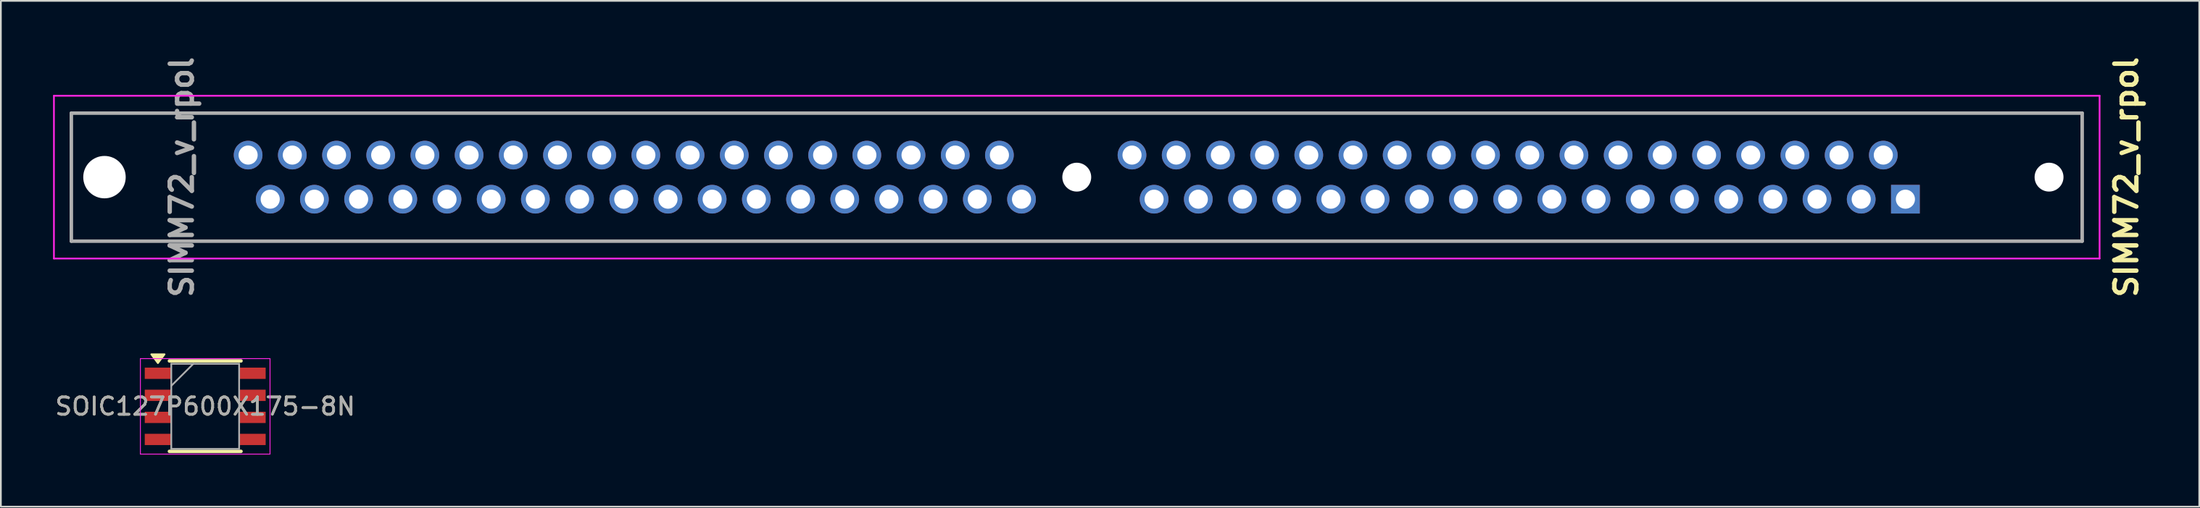
<source format=kicad_pcb>
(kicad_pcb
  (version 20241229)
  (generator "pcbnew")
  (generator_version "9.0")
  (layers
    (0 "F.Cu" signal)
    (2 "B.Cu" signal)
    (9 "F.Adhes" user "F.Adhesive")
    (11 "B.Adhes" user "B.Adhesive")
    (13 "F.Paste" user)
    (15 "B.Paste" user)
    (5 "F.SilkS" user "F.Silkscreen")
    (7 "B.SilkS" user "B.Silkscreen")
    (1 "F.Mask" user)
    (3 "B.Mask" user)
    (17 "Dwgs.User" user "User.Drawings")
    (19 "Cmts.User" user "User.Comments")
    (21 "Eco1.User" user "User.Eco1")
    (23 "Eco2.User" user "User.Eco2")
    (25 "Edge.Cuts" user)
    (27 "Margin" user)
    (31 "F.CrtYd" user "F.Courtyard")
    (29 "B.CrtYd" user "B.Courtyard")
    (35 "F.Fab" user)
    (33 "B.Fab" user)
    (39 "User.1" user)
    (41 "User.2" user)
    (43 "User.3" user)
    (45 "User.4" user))
  (footprint "SIMM72_v_rpol"
    (layer "F.Cu")
    (at 59.86 7.148)
    (property "Reference" "SIMM72_v_rpol" (at 59.3 0 90) (layer "F.SilkS") (effects (font (size 1.27 1.27) (thickness 0.254))))
    (attr through_hole)
    (fp_line (start -58.81 -3.685) (end 56.76 -3.685) (stroke (width 0.1) (type solid)) (layer "F.SilkS"))
    (fp_line (start -58.81 3.685) (end -58.81 -3.685) (stroke (width 0.1) (type solid)) (layer "F.SilkS"))
    (fp_line (start 56.76 -3.685) (end 56.76 3.685) (stroke (width 0.1) (type solid)) (layer "F.SilkS"))
    (fp_line (start 56.76 3.685) (end -58.81 3.685) (stroke (width 0.1) (type solid)) (layer "F.SilkS"))
    (fp_line (start -59.81 -4.685) (end 57.76 -4.685) (stroke (width 0.1) (type solid)) (layer "F.CrtYd"))
    (fp_line (start -59.81 4.685) (end -59.81 -4.685) (stroke (width 0.1) (type solid)) (layer "F.CrtYd"))
    (fp_line (start 57.76 -4.685) (end 57.76 4.685) (stroke (width 0.1) (type solid)) (layer "F.CrtYd"))
    (fp_line (start 57.76 4.685) (end -59.81 4.685) (stroke (width 0.1) (type solid)) (layer "F.CrtYd"))
    (fp_line (start -58.81 -3.685) (end 56.76 -3.685) (stroke (width 0.2) (type solid)) (layer "F.Fab"))
    (fp_line (start -58.81 3.685) (end -58.81 -3.685) (stroke (width 0.2) (type solid)) (layer "F.Fab"))
    (fp_line (start 56.76 -3.685) (end 56.76 3.685) (stroke (width 0.2) (type solid)) (layer "F.Fab"))
    (fp_line (start 56.76 3.685) (end -58.81 3.685) (stroke (width 0.2) (type solid)) (layer "F.Fab"))
    (fp_text user "${REFERENCE}" (at -52.46 0 90) (layer "F.Fab") (effects (font (size 1.27 1.27) (thickness 0.254))))
    (pad "" np_thru_hole circle (at -56.905 0) (size 2.44 2.44) (drill 2.44) (layers "*.Cu" "*.Mask"))
    (pad "" np_thru_hole circle (at -1.025 0) (size 1.66 1.66) (drill 1.66) (layers "*.Cu" "*.Mask"))
    (pad "" np_thru_hole circle (at 54.855 0) (size 1.66 1.66) (drill 1.66) (layers "*.Cu" "*.Mask"))
    (pad "1" thru_hole rect (at 46.6 1.27) (size 1.65 1.65) (drill 1.1) (layers "*.Cu" "*.Mask"))
    (pad "2" thru_hole circle (at 45.33 -1.27) (size 1.65 1.65) (drill 1.1) (layers "*.Cu" "*.Mask"))
    (pad "3" thru_hole circle (at 44.06 1.27) (size 1.65 1.65) (drill 1.1) (layers "*.Cu" "*.Mask"))
    (pad "4" thru_hole circle (at 42.79 -1.27) (size 1.65 1.65) (drill 1.1) (layers "*.Cu" "*.Mask"))
    (pad "5" thru_hole circle (at 41.52 1.27) (size 1.65 1.65) (drill 1.1) (layers "*.Cu" "*.Mask"))
    (pad "6" thru_hole circle (at 40.25 -1.27) (size 1.65 1.65) (drill 1.1) (layers "*.Cu" "*.Mask"))
    (pad "7" thru_hole circle (at 38.98 1.27) (size 1.65 1.65) (drill 1.1) (layers "*.Cu" "*.Mask"))
    (pad "8" thru_hole circle (at 37.71 -1.27) (size 1.65 1.65) (drill 1.1) (layers "*.Cu" "*.Mask"))
    (pad "9" thru_hole circle (at 36.44 1.27) (size 1.65 1.65) (drill 1.1) (layers "*.Cu" "*.Mask"))
    (pad "10" thru_hole circle (at 35.17 -1.27) (size 1.65 1.65) (drill 1.1) (layers "*.Cu" "*.Mask"))
    (pad "11" thru_hole circle (at 33.9 1.27) (size 1.65 1.65) (drill 1.1) (layers "*.Cu" "*.Mask"))
    (pad "12" thru_hole circle (at 32.63 -1.27) (size 1.65 1.65) (drill 1.1) (layers "*.Cu" "*.Mask"))
    (pad "13" thru_hole circle (at 31.36 1.27) (size 1.65 1.65) (drill 1.1) (layers "*.Cu" "*.Mask"))
    (pad "14" thru_hole circle (at 30.09 -1.27) (size 1.65 1.65) (drill 1.1) (layers "*.Cu" "*.Mask"))
    (pad "15" thru_hole circle (at 28.82 1.27) (size 1.65 1.65) (drill 1.1) (layers "*.Cu" "*.Mask"))
    (pad "16" thru_hole circle (at 27.55 -1.27) (size 1.65 1.65) (drill 1.1) (layers "*.Cu" "*.Mask"))
    (pad "17" thru_hole circle (at 26.28 1.27) (size 1.65 1.65) (drill 1.1) (layers "*.Cu" "*.Mask"))
    (pad "18" thru_hole circle (at 25.01 -1.27) (size 1.65 1.65) (drill 1.1) (layers "*.Cu" "*.Mask"))
    (pad "19" thru_hole circle (at 23.74 1.27) (size 1.65 1.65) (drill 1.1) (layers "*.Cu" "*.Mask"))
    (pad "20" thru_hole circle (at 22.47 -1.27) (size 1.65 1.65) (drill 1.1) (layers "*.Cu" "*.Mask"))
    (pad "21" thru_hole circle (at 21.2 1.27) (size 1.65 1.65) (drill 1.1) (layers "*.Cu" "*.Mask"))
    (pad "22" thru_hole circle (at 19.93 -1.27) (size 1.65 1.65) (drill 1.1) (layers "*.Cu" "*.Mask"))
    (pad "23" thru_hole circle (at 18.66 1.27) (size 1.65 1.65) (drill 1.1) (layers "*.Cu" "*.Mask"))
    (pad "24" thru_hole circle (at 17.39 -1.27) (size 1.65 1.65) (drill 1.1) (layers "*.Cu" "*.Mask"))
    (pad "25" thru_hole circle (at 16.12 1.27) (size 1.65 1.65) (drill 1.1) (layers "*.Cu" "*.Mask"))
    (pad "26" thru_hole circle (at 14.85 -1.27) (size 1.65 1.65) (drill 1.1) (layers "*.Cu" "*.Mask"))
    (pad "27" thru_hole circle (at 13.58 1.27) (size 1.65 1.65) (drill 1.1) (layers "*.Cu" "*.Mask"))
    (pad "28" thru_hole circle (at 12.31 -1.27) (size 1.65 1.65) (drill 1.1) (layers "*.Cu" "*.Mask"))
    (pad "29" thru_hole circle (at 11.04 1.27) (size 1.65 1.65) (drill 1.1) (layers "*.Cu" "*.Mask"))
    (pad "30" thru_hole circle (at 9.77 -1.27) (size 1.65 1.65) (drill 1.1) (layers "*.Cu" "*.Mask"))
    (pad "31" thru_hole circle (at 8.5 1.27) (size 1.65 1.65) (drill 1.1) (layers "*.Cu" "*.Mask"))
    (pad "32" thru_hole circle (at 7.23 -1.27) (size 1.65 1.65) (drill 1.1) (layers "*.Cu" "*.Mask"))
    (pad "33" thru_hole circle (at 5.96 1.27) (size 1.65 1.65) (drill 1.1) (layers "*.Cu" "*.Mask"))
    (pad "34" thru_hole circle (at 4.69 -1.27) (size 1.65 1.65) (drill 1.1) (layers "*.Cu" "*.Mask"))
    (pad "35" thru_hole circle (at 3.42 1.27) (size 1.65 1.65) (drill 1.1) (layers "*.Cu" "*.Mask"))
    (pad "36" thru_hole circle (at 2.15 -1.27) (size 1.65 1.65) (drill 1.1) (layers "*.Cu" "*.Mask"))
    (pad "37" thru_hole circle (at -4.2 1.27) (size 1.65 1.65) (drill 1.1) (layers "*.Cu" "*.Mask"))
    (pad "38" thru_hole circle (at -5.47 -1.27) (size 1.65 1.65) (drill 1.1) (layers "*.Cu" "*.Mask"))
    (pad "39" thru_hole circle (at -6.74 1.27) (size 1.65 1.65) (drill 1.1) (layers "*.Cu" "*.Mask"))
    (pad "40" thru_hole circle (at -8.01 -1.27) (size 1.65 1.65) (drill 1.1) (layers "*.Cu" "*.Mask"))
    (pad "41" thru_hole circle (at -9.28 1.27) (size 1.65 1.65) (drill 1.1) (layers "*.Cu" "*.Mask"))
    (pad "42" thru_hole circle (at -10.55 -1.27) (size 1.65 1.65) (drill 1.1) (layers "*.Cu" "*.Mask"))
    (pad "43" thru_hole circle (at -11.82 1.27) (size 1.65 1.65) (drill 1.1) (layers "*.Cu" "*.Mask"))
    (pad "44" thru_hole circle (at -13.09 -1.27) (size 1.65 1.65) (drill 1.1) (layers "*.Cu" "*.Mask"))
    (pad "45" thru_hole circle (at -14.36 1.27) (size 1.65 1.65) (drill 1.1) (layers "*.Cu" "*.Mask"))
    (pad "46" thru_hole circle (at -15.63 -1.27) (size 1.65 1.65) (drill 1.1) (layers "*.Cu" "*.Mask"))
    (pad "47" thru_hole circle (at -16.9 1.27) (size 1.65 1.65) (drill 1.1) (layers "*.Cu" "*.Mask"))
    (pad "48" thru_hole circle (at -18.17 -1.27) (size 1.65 1.65) (drill 1.1) (layers "*.Cu" "*.Mask"))
    (pad "49" thru_hole circle (at -19.44 1.27) (size 1.65 1.65) (drill 1.1) (layers "*.Cu" "*.Mask"))
    (pad "50" thru_hole circle (at -20.71 -1.27) (size 1.65 1.65) (drill 1.1) (layers "*.Cu" "*.Mask"))
    (pad "51" thru_hole circle (at -21.98 1.27) (size 1.65 1.65) (drill 1.1) (layers "*.Cu" "*.Mask"))
    (pad "52" thru_hole circle (at -23.25 -1.27) (size 1.65 1.65) (drill 1.1) (layers "*.Cu" "*.Mask"))
    (pad "53" thru_hole circle (at -24.52 1.27) (size 1.65 1.65) (drill 1.1) (layers "*.Cu" "*.Mask"))
    (pad "54" thru_hole circle (at -25.79 -1.27) (size 1.65 1.65) (drill 1.1) (layers "*.Cu" "*.Mask"))
    (pad "55" thru_hole circle (at -27.06 1.27) (size 1.65 1.65) (drill 1.1) (layers "*.Cu" "*.Mask"))
    (pad "56" thru_hole circle (at -28.33 -1.27) (size 1.65 1.65) (drill 1.1) (layers "*.Cu" "*.Mask"))
    (pad "57" thru_hole circle (at -29.6 1.27) (size 1.65 1.65) (drill 1.1) (layers "*.Cu" "*.Mask"))
    (pad "58" thru_hole circle (at -30.87 -1.27) (size 1.65 1.65) (drill 1.1) (layers "*.Cu" "*.Mask"))
    (pad "59" thru_hole circle (at -32.14 1.27) (size 1.65 1.65) (drill 1.1) (layers "*.Cu" "*.Mask"))
    (pad "60" thru_hole circle (at -33.41 -1.27) (size 1.65 1.65) (drill 1.1) (layers "*.Cu" "*.Mask"))
    (pad "61" thru_hole circle (at -34.68 1.27) (size 1.65 1.65) (drill 1.1) (layers "*.Cu" "*.Mask"))
    (pad "62" thru_hole circle (at -35.95 -1.27) (size 1.65 1.65) (drill 1.1) (layers "*.Cu" "*.Mask"))
    (pad "63" thru_hole circle (at -37.22 1.27) (size 1.65 1.65) (drill 1.1) (layers "*.Cu" "*.Mask"))
    (pad "64" thru_hole circle (at -38.49 -1.27) (size 1.65 1.65) (drill 1.1) (layers "*.Cu" "*.Mask"))
    (pad "65" thru_hole circle (at -39.76 1.27) (size 1.65 1.65) (drill 1.1) (layers "*.Cu" "*.Mask"))
    (pad "66" thru_hole circle (at -41.03 -1.27) (size 1.65 1.65) (drill 1.1) (layers "*.Cu" "*.Mask"))
    (pad "67" thru_hole circle (at -42.3 1.27) (size 1.65 1.65) (drill 1.1) (layers "*.Cu" "*.Mask"))
    (pad "68" thru_hole circle (at -43.57 -1.27) (size 1.65 1.65) (drill 1.1) (layers "*.Cu" "*.Mask"))
    (pad "69" thru_hole circle (at -44.84 1.27) (size 1.65 1.65) (drill 1.1) (layers "*.Cu" "*.Mask"))
    (pad "70" thru_hole circle (at -46.11 -1.27) (size 1.65 1.65) (drill 1.1) (layers "*.Cu" "*.Mask"))
    (pad "71" thru_hole circle (at -47.38 1.27) (size 1.65 1.65) (drill 1.1) (layers "*.Cu" "*.Mask"))
    (pad "72" thru_hole circle (at -48.65 -1.27) (size 1.65 1.65) (drill 1.1) (layers "*.Cu" "*.Mask")))
  (footprint "SOIC127P600X175-8N"
    (layer "F.Cu")
    (at 8.744 20.344)
    (property "Reference" "SOIC127P600X175-8N" (at 0 0 0) (layer "F.SilkS") (effects (font (size 1 1) (thickness 0.15))))
    (attr smd)
    (fp_line (start -2.057 -2.616) (end 2.057 -2.616) (stroke (width 0.2) (type solid)) (layer "F.SilkS"))
    (fp_line (start -2.057 2.591) (end 2.057 2.591) (stroke (width 0.2) (type solid)) (layer "F.SilkS"))
    (fp_poly (pts (xy -2.718 -2.489) (xy -3.099 -2.997) (xy -2.337 -2.997)) (stroke (width 0.1) (type solid)) (fill yes) (layer "F.SilkS"))
    (fp_line (start -3.725 -2.75) (end 3.725 -2.75) (stroke (width 0.05) (type solid)) (layer "F.CrtYd"))
    (fp_line (start -3.725 2.75) (end -3.725 -2.75) (stroke (width 0.05) (type solid)) (layer "F.CrtYd"))
    (fp_line (start 3.725 -2.75) (end 3.725 2.75) (stroke (width 0.05) (type solid)) (layer "F.CrtYd"))
    (fp_line (start 3.725 2.75) (end -3.725 2.75) (stroke (width 0.05) (type solid)) (layer "F.CrtYd"))
    (fp_line (start -1.95 -2.45) (end 1.95 -2.45) (stroke (width 0.1) (type solid)) (layer "F.Fab"))
    (fp_line (start -1.95 -1.18) (end -0.68 -2.45) (stroke (width 0.1) (type solid)) (layer "F.Fab"))
    (fp_line (start -1.95 2.45) (end -1.95 -2.45) (stroke (width 0.1) (type solid)) (layer "F.Fab"))
    (fp_line (start 1.95 -2.45) (end 1.95 2.45) (stroke (width 0.1) (type solid)) (layer "F.Fab"))
    (fp_line (start 1.95 2.45) (end -1.95 2.45) (stroke (width 0.1) (type solid)) (layer "F.Fab"))
    (fp_text user "${REFERENCE}" (at 0 0 0) (layer "F.Fab") (effects (font (size 1 1) (thickness 0.15))))
    (pad "1" smd rect (at -2.712 -1.905 90) (size 0.65 1.525) (layers "F.Cu" "F.Mask" "F.Paste"))
    (pad "2" smd rect (at -2.712 -0.635 90) (size 0.65 1.525) (layers "F.Cu" "F.Mask" "F.Paste"))
    (pad "3" smd rect (at -2.712 0.635 90) (size 0.65 1.525) (layers "F.Cu" "F.Mask" "F.Paste"))
    (pad "4" smd rect (at -2.712 1.905 90) (size 0.65 1.525) (layers "F.Cu" "F.Mask" "F.Paste"))
    (pad "5" smd rect (at 2.712 1.905 90) (size 0.65 1.525) (layers "F.Cu" "F.Mask" "F.Paste"))
    (pad "6" smd rect (at 2.712 0.635 90) (size 0.65 1.525) (layers "F.Cu" "F.Mask" "F.Paste"))
    (pad "7" smd rect (at 2.712 -0.635 90) (size 0.65 1.525) (layers "F.Cu" "F.Mask" "F.Paste"))
    (pad "8" smd rect (at 2.712 -1.905 90) (size 0.65 1.525) (layers "F.Cu" "F.Mask" "F.Paste")))
  (gr_rect
    (start -3 -3)
    (end 123.349 26.119)
    (stroke (width 0.1) (type default))
    (fill no)
    (layer "Edge.Cuts")))
</source>
